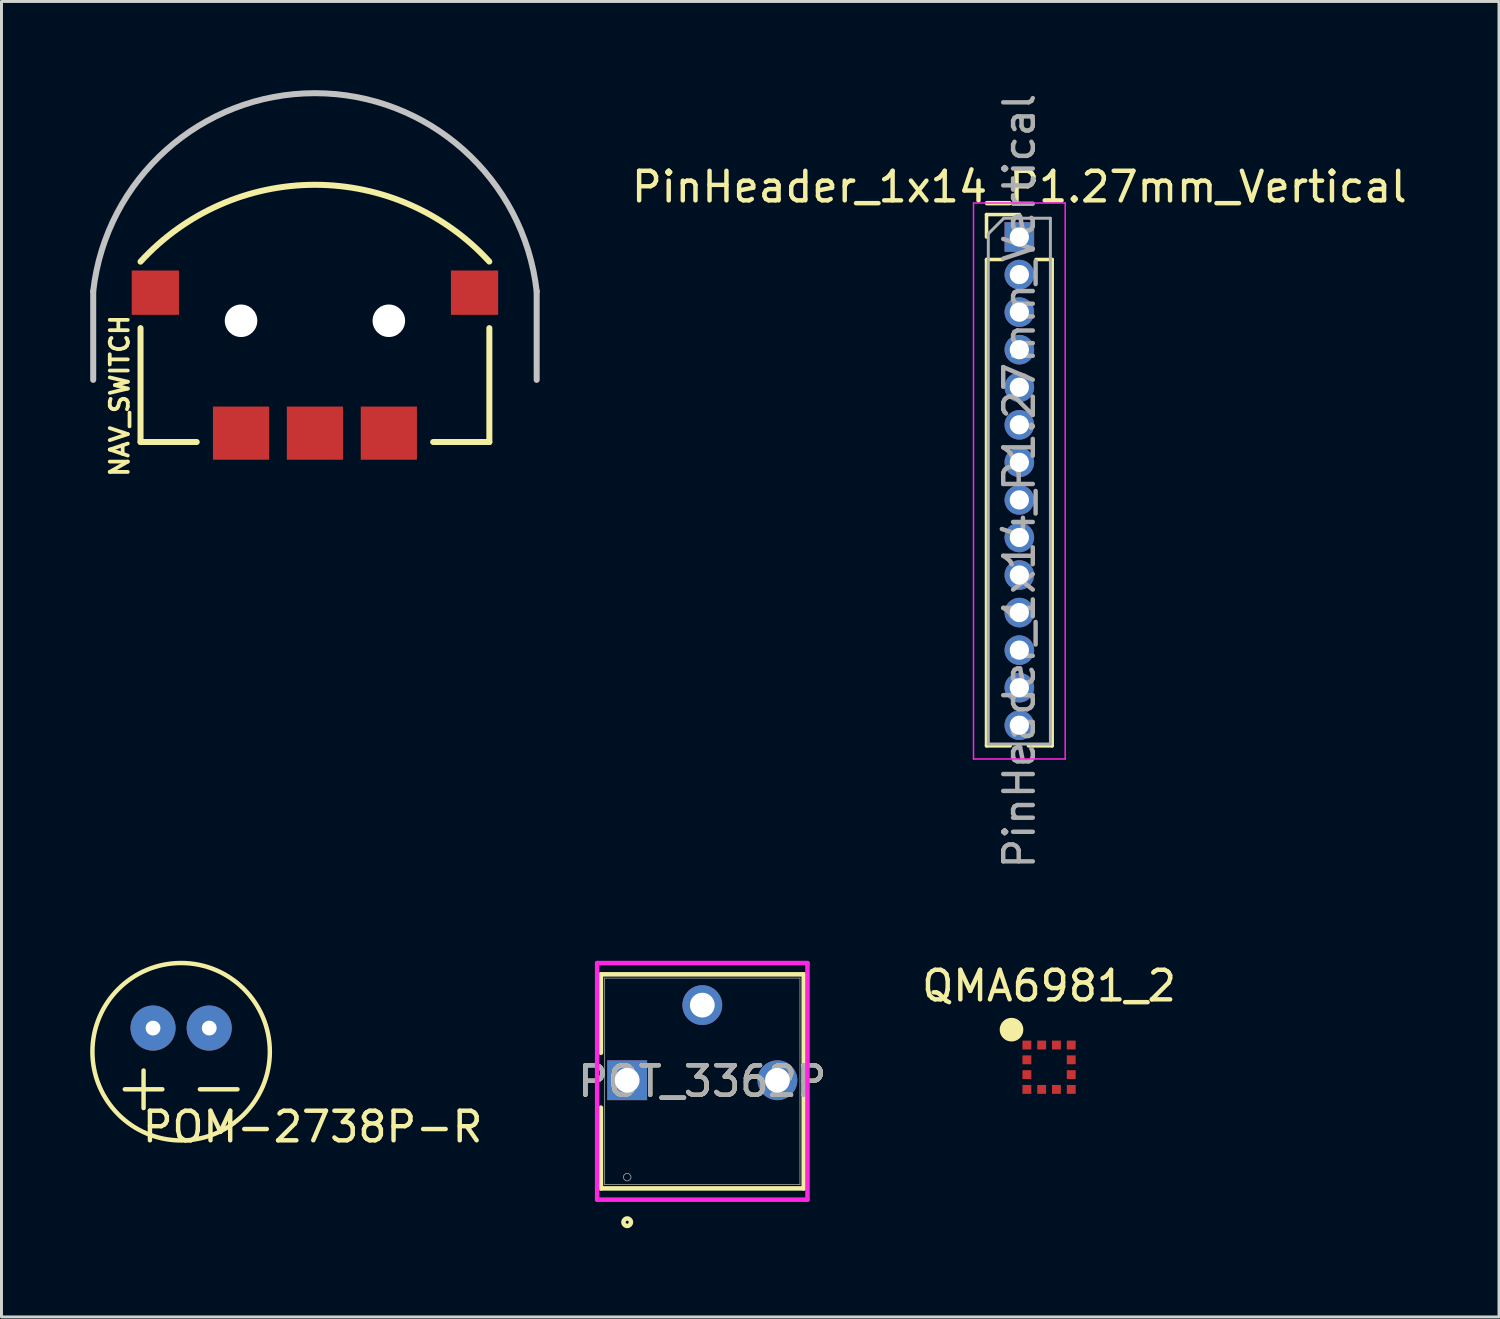
<source format=kicad_pcb>
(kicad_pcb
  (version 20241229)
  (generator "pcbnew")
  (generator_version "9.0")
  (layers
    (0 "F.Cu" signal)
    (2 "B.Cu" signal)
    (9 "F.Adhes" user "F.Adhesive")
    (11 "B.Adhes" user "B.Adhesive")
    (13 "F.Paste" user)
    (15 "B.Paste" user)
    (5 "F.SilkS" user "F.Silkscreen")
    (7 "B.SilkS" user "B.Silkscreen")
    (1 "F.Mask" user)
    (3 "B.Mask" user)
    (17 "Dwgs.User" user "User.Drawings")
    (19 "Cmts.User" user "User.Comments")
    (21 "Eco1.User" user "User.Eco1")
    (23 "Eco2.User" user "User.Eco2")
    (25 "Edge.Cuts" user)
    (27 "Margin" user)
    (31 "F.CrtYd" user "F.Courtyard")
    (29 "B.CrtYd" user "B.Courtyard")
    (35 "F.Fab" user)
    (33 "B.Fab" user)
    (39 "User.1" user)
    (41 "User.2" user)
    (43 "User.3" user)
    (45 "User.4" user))
  (footprint "POT_3362P"
    (layer "F.Cu")
    (at 18.159 33.479)
    (property "Reference" "POT_3362P" (at 2.54 0.038 0) (unlocked yes) (layer "F.SilkS") (effects (font (size 1 1) (thickness 0.15))))
    (attr through_hole)
    (fp_line (start -0.889 -3.581) (end -0.889 -0.926) (stroke (width 0.152) (type solid)) (layer "F.SilkS"))
    (fp_line (start -0.889 0.926) (end -0.889 3.658) (stroke (width 0.152) (type solid)) (layer "F.SilkS"))
    (fp_line (start -0.889 3.658) (end 5.969 3.658) (stroke (width 0.152) (type solid)) (layer "F.SilkS"))
    (fp_line (start 5.969 -3.581) (end -0.889 -3.581) (stroke (width 0.152) (type solid)) (layer "F.SilkS"))
    (fp_line (start 5.969 -0.471) (end 5.969 -3.581) (stroke (width 0.152) (type solid)) (layer "F.SilkS"))
    (fp_line (start 5.969 3.658) (end 5.969 0.471) (stroke (width 0.152) (type solid)) (layer "F.SilkS"))
    (fp_circle (center 0 4.801) (end 0.127 4.801) (stroke (width 0.152) (type solid)) (fill no) (layer "F.SilkS"))
    (fp_line (start -1.016 -3.962) (end 6.096 -3.962) (stroke (width 0.152) (type solid)) (layer "F.CrtYd"))
    (fp_line (start -1.016 4.039) (end -1.016 -3.962) (stroke (width 0.152) (type solid)) (layer "F.CrtYd"))
    (fp_line (start 6.096 -3.962) (end 6.096 4.039) (stroke (width 0.152) (type solid)) (layer "F.CrtYd"))
    (fp_line (start 6.096 4.039) (end -1.016 4.039) (stroke (width 0.152) (type solid)) (layer "F.CrtYd"))
    (fp_line (start -0.762 -3.454) (end -0.762 3.531) (stroke (width 0.025) (type solid)) (layer "F.Fab"))
    (fp_line (start -0.762 3.531) (end 5.842 3.531) (stroke (width 0.025) (type solid)) (layer "F.Fab"))
    (fp_line (start 5.842 -3.454) (end -0.762 -3.454) (stroke (width 0.025) (type solid)) (layer "F.Fab"))
    (fp_line (start 5.842 3.531) (end 5.842 -3.454) (stroke (width 0.025) (type solid)) (layer "F.Fab"))
    (fp_circle (center 0 3.277) (end 0.127 3.277) (stroke (width 0.025) (type solid)) (fill no) (layer "F.Fab"))
    (fp_text user "${REFERENCE}" (at 2.54 0.038 0) (unlocked yes) (layer "F.Fab") (effects (font (size 1 1) (thickness 0.15))))
    (pad "1" thru_hole rect (at 0 0) (size 1.346 1.346) (drill 0.838) (layers "*.Cu" "*.Mask"))
    (pad "2" thru_hole circle (at 2.54 -2.54) (size 1.346 1.346) (drill 0.838) (layers "*.Cu" "*.Mask"))
    (pad "3" thru_hole circle (at 5.08 0) (size 1.346 1.346) (drill 0.838) (layers "*.Cu" "*.Mask")))
  (footprint "NAV_SWITCH"
    (layer "F.Cu")
    (at 7.6 7.797)
    (property "Reference" "NAV_SWITCH" (at -6.604 2.54 270) (layer "F.SilkS") (effects (font (size 0.61 0.61) (thickness 0.127))))
    (attr smd)
    (fp_line (start -5.898 4.1) (end -5.898 0.249) (stroke (width 0.203) (type solid)) (layer "F.SilkS"))
    (fp_line (start -5.898 4.1) (end -3.998 4.1) (stroke (width 0.203) (type solid)) (layer "F.SilkS"))
    (fp_line (start 5.898 4.1) (end 3.998 4.1) (stroke (width 0.203) (type solid)) (layer "F.SilkS"))
    (fp_line (start 5.898 4.1) (end 5.898 0.249) (stroke (width 0.203) (type solid)) (layer "F.SilkS"))
    (fp_arc (start -5.89788 -1.99898) (mid -0.001867 -4.598004) (end 5.89536 -2.001735) (stroke (width 0.2032) (type solid)) (layer "F.SilkS"))
    (fp_line (start -7.498 1.999) (end -7.498 -0.998) (stroke (width 0.203) (type solid)) (layer "Dwgs.User"))
    (fp_line (start 7.498 1.999) (end 7.498 -0.998) (stroke (width 0.203) (type solid)) (layer "Dwgs.User"))
    (fp_arc (start -7.49808 -0.99822) (mid 0.000685 -7.695781) (end 7.498234 -0.996859) (stroke (width 0.2032) (type solid)) (layer "Dwgs.User"))
    (pad "" np_thru_hole circle (at -2.499 0) (size 1.1 1.1) (drill 1.1) (layers "*.Cu" "*.Mask"))
    (pad "" np_thru_hole circle (at 2.499 0) (size 1.1 1.1) (drill 1.1) (layers "*.Cu" "*.Mask"))
    (pad "1" smd rect (at -2.499 3.8) (size 1.9 1.798) (layers "F.Cu" "F.Mask" "F.Paste"))
    (pad "2" smd rect (at 2.499 3.8) (size 1.9 1.798) (layers "F.Cu" "F.Mask" "F.Paste"))
    (pad "C" smd rect (at 5.397 -0.95) (size 1.598 1.499) (layers "F.Cu" "F.Mask" "F.Paste"))
    (pad "NC" smd rect (at -5.397 -0.95) (size 1.598 1.499) (layers "F.Cu" "F.Mask" "F.Paste"))
    (pad "T" smd rect (at 0 3.8) (size 1.9 1.798) (layers "F.Cu" "F.Mask" "F.Paste")))
  (footprint "PinHeader_1x14_P1.27mm_Vertical"
    (layer "F.Cu")
    (at 31.42 4.965)
    (property "Reference" "PinHeader_1x14_P1.27mm_Vertical" (at 0 -1.695 0) (layer "F.SilkS") (effects (font (size 1 1) (thickness 0.15))))
    (attr through_hole)
    (fp_line (start -1.11 -0.76) (end 0 -0.76) (stroke (width 0.12) (type solid)) (layer "F.SilkS"))
    (fp_line (start -1.11 0) (end -1.11 -0.76) (stroke (width 0.12) (type solid)) (layer "F.SilkS"))
    (fp_line (start -1.11 0.76) (end -1.11 17.205) (stroke (width 0.12) (type solid)) (layer "F.SilkS"))
    (fp_line (start -1.11 0.76) (end -0.563 0.76) (stroke (width 0.12) (type solid)) (layer "F.SilkS"))
    (fp_line (start -1.11 17.205) (end -0.308 17.205) (stroke (width 0.12) (type solid)) (layer "F.SilkS"))
    (fp_line (start 0.308 17.205) (end 1.11 17.205) (stroke (width 0.12) (type solid)) (layer "F.SilkS"))
    (fp_line (start 0.563 0.76) (end 1.11 0.76) (stroke (width 0.12) (type solid)) (layer "F.SilkS"))
    (fp_line (start 1.11 0.76) (end 1.11 17.205) (stroke (width 0.12) (type solid)) (layer "F.SilkS"))
    (fp_line (start -1.55 -1.15) (end -1.55 17.65) (stroke (width 0.05) (type solid)) (layer "F.CrtYd"))
    (fp_line (start -1.55 17.65) (end 1.55 17.65) (stroke (width 0.05) (type solid)) (layer "F.CrtYd"))
    (fp_line (start 1.55 -1.15) (end -1.55 -1.15) (stroke (width 0.05) (type solid)) (layer "F.CrtYd"))
    (fp_line (start 1.55 17.65) (end 1.55 -1.15) (stroke (width 0.05) (type solid)) (layer "F.CrtYd"))
    (fp_line (start -1.05 -0.11) (end -0.525 -0.635) (stroke (width 0.1) (type solid)) (layer "F.Fab"))
    (fp_line (start -1.05 17.145) (end -1.05 -0.11) (stroke (width 0.1) (type solid)) (layer "F.Fab"))
    (fp_line (start -0.525 -0.635) (end 1.05 -0.635) (stroke (width 0.1) (type solid)) (layer "F.Fab"))
    (fp_line (start 1.05 -0.635) (end 1.05 17.145) (stroke (width 0.1) (type solid)) (layer "F.Fab"))
    (fp_line (start 1.05 17.145) (end -1.05 17.145) (stroke (width 0.1) (type solid)) (layer "F.Fab"))
    (fp_text user "${REFERENCE}" (at 0 8.255 90) (layer "F.Fab") (effects (font (size 1 1) (thickness 0.15))))
    (pad "1" thru_hole rect (at 0 0) (size 1 1) (drill 0.65) (layers "*.Cu" "*.Mask"))
    (pad "2" thru_hole oval (at 0 1.27) (size 1 1) (drill 0.65) (layers "*.Cu" "*.Mask"))
    (pad "3" thru_hole oval (at 0 2.54) (size 1 1) (drill 0.65) (layers "*.Cu" "*.Mask"))
    (pad "4" thru_hole oval (at 0 3.81) (size 1 1) (drill 0.65) (layers "*.Cu" "*.Mask"))
    (pad "5" thru_hole oval (at 0 5.08) (size 1 1) (drill 0.65) (layers "*.Cu" "*.Mask"))
    (pad "6" thru_hole oval (at 0 6.35) (size 1 1) (drill 0.65) (layers "*.Cu" "*.Mask"))
    (pad "7" thru_hole oval (at 0 7.62) (size 1 1) (drill 0.65) (layers "*.Cu" "*.Mask"))
    (pad "8" thru_hole oval (at 0 8.89) (size 1 1) (drill 0.65) (layers "*.Cu" "*.Mask"))
    (pad "9" thru_hole oval (at 0 10.16) (size 1 1) (drill 0.65) (layers "*.Cu" "*.Mask"))
    (pad "10" thru_hole oval (at 0 11.43) (size 1 1) (drill 0.65) (layers "*.Cu" "*.Mask"))
    (pad "11" thru_hole oval (at 0 12.7) (size 1 1) (drill 0.65) (layers "*.Cu" "*.Mask"))
    (pad "12" thru_hole oval (at 0 13.97) (size 1 1) (drill 0.65) (layers "*.Cu" "*.Mask"))
    (pad "13" thru_hole oval (at 0 15.24) (size 1 1) (drill 0.65) (layers "*.Cu" "*.Mask"))
    (pad "14" thru_hole oval (at 0 16.51) (size 1 1) (drill 0.65) (layers "*.Cu" "*.Mask")))
  (footprint "QMA6981_2"
    (layer "F.Cu")
    (at 32.425 33.039)
    (property "Reference" "QMA6981_2" (at 0 -2.75 0) (layer "F.SilkS") (effects (font (size 1 1) (thickness 0.15))))
    (attr through_hole)
    (fp_poly (pts (xy -1.053 1.053) (xy -1.053 -1.053) (xy -0.473 -1.053) (xy -0.473 1.053)) (stroke (width 0.001) (type solid)) (fill yes) (layer "F.Mask"))
    (fp_poly (pts (xy 1.053 -0.473) (xy -1.053 -0.473) (xy -1.053 -1.053) (xy 1.053 -1.053)) (stroke (width 0.001) (type solid)) (fill yes) (layer "F.Mask"))
    (fp_poly (pts (xy 1.053 1.053) (xy -1.053 1.053) (xy -1.053 0.473) (xy 1.053 0.473)) (stroke (width 0.001) (type solid)) (fill yes) (layer "F.Mask"))
    (fp_poly (pts (xy 1.053 1.053) (xy 1.053 -1.053) (xy 0.473 -1.053) (xy 0.473 1.053)) (stroke (width 0.001) (type solid)) (fill yes) (layer "F.Mask"))
    (fp_circle (center -1.27 -1.27) (end -1.07 -1.27) (stroke (width 0.4) (type solid)) (fill no) (layer "F.SilkS"))
    (pad "1" smd rect (at -0.75 -0.75) (size 0.3 0.3) (layers "F.Cu" "F.Mask" "F.Paste"))
    (pad "2" smd rect (at -0.75 -0.25) (size 0.3 0.3) (layers "F.Cu" "F.Mask" "F.Paste"))
    (pad "3" smd rect (at -0.75 0.25) (size 0.3 0.3) (layers "F.Cu" "F.Mask" "F.Paste"))
    (pad "4" smd rect (at -0.75 0.75) (size 0.3 0.3) (layers "F.Cu" "F.Mask" "F.Paste"))
    (pad "5" smd rect (at -0.25 0.75 90) (size 0.3 0.3) (layers "F.Cu" "F.Mask" "F.Paste"))
    (pad "6" smd rect (at 0.25 0.75 90) (size 0.3 0.3) (layers "F.Cu" "F.Mask" "F.Paste"))
    (pad "7" smd rect (at 0.75 0.75) (size 0.3 0.3) (layers "F.Cu" "F.Mask" "F.Paste"))
    (pad "8" smd rect (at 0.75 0.25) (size 0.3 0.3) (layers "F.Cu" "F.Mask" "F.Paste"))
    (pad "9" smd rect (at 0.75 -0.25) (size 0.3 0.3) (layers "F.Cu" "F.Mask" "F.Paste"))
    (pad "10" smd rect (at 0.75 -0.75) (size 0.3 0.3) (layers "F.Cu" "F.Mask" "F.Paste"))
    (pad "11" smd rect (at 0.25 -0.75 90) (size 0.3 0.3) (layers "F.Cu" "F.Mask" "F.Paste"))
    (pad "12" smd rect (at -0.25 -0.75 90) (size 0.3 0.3) (layers "F.Cu" "F.Mask" "F.Paste")))
  (footprint "POM-2738P-R"
    (layer "F.Cu")
    (at 3.075 32.515)
    (property "Reference" "POM-2738P-R" (at 4.445 2.54 0) (layer "F.SilkS") (effects (font (size 1 1) (thickness 0.15))))
    (attr through_hole)
    (fp_line (start -1.905 1.27) (end -0.635 1.27) (stroke (width 0.15) (type solid)) (layer "F.SilkS"))
    (fp_line (start -1.27 0.635) (end -1.27 1.905) (stroke (width 0.15) (type solid)) (layer "F.SilkS"))
    (fp_line (start 0.635 1.27) (end 1.905 1.27) (stroke (width 0.15) (type solid)) (layer "F.SilkS"))
    (fp_circle (center 0 0) (end 3 0) (stroke (width 0.15) (type solid)) (fill no) (layer "F.SilkS"))
    (pad "1" thru_hole circle (at -0.95 -0.8) (size 1.524 1.524) (drill 0.5) (layers "*.Cu" "*.Mask"))
    (pad "2" thru_hole circle (at 0.95 -0.8) (size 1.524 1.524) (drill 0.5) (layers "*.Cu" "*.Mask")))
  (gr_rect
    (start -3 -3)
    (end 47.64 41.483)
    (stroke (width 0.1) (type default))
    (fill no)
    (layer "Edge.Cuts")))
</source>
